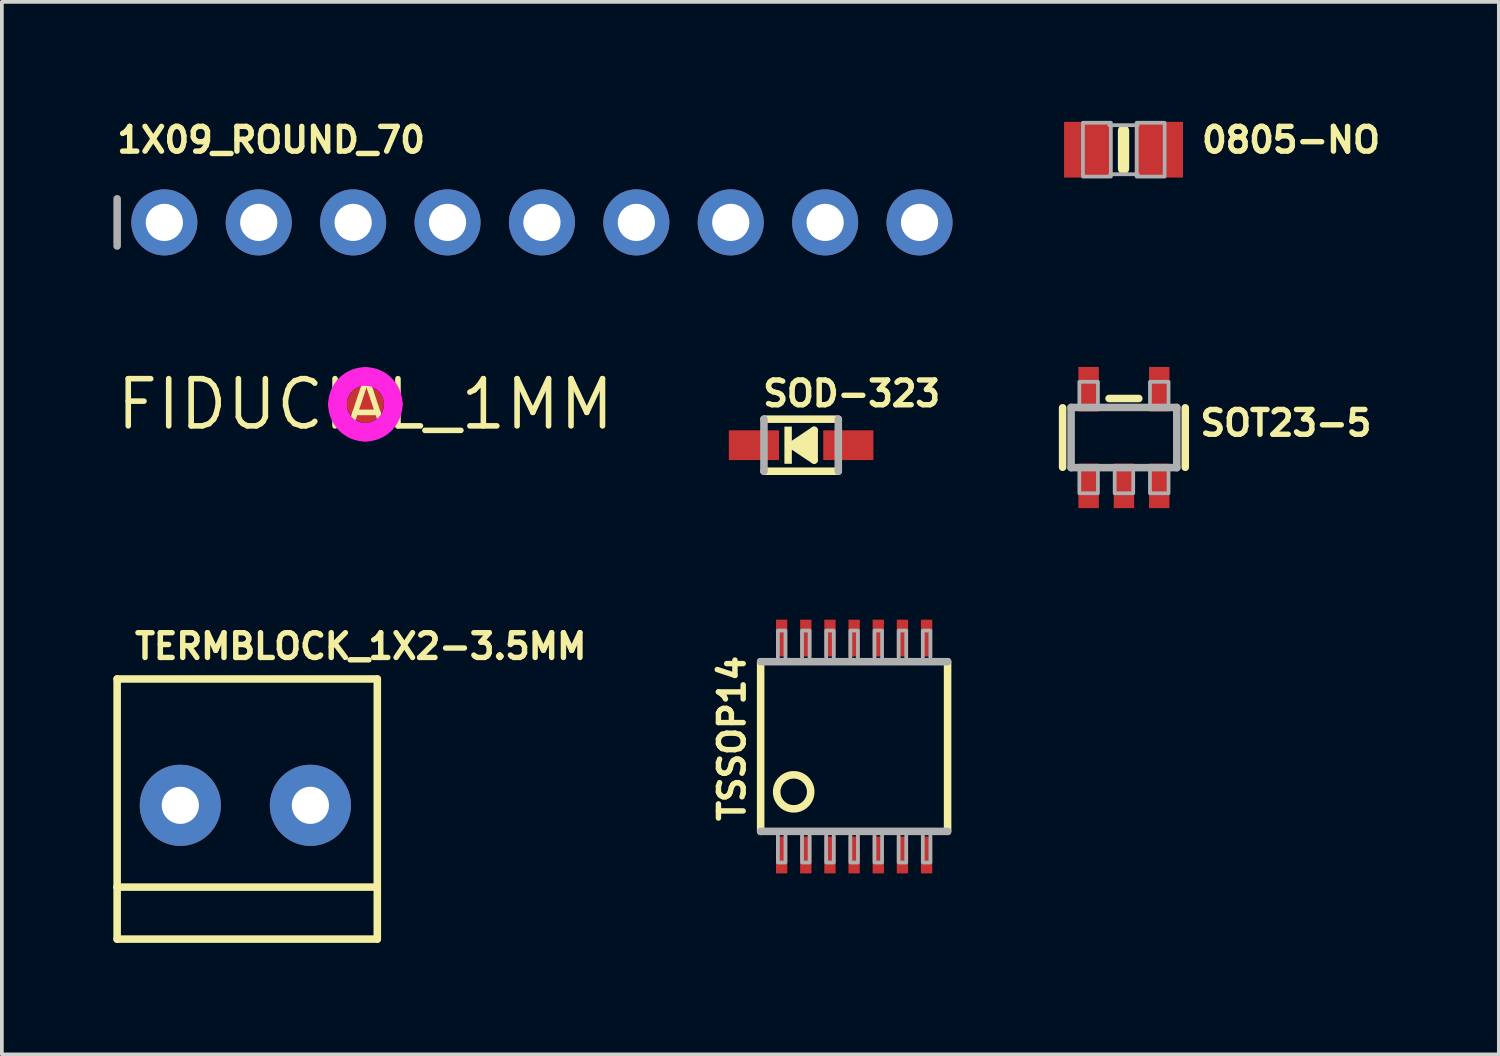
<source format=kicad_pcb>
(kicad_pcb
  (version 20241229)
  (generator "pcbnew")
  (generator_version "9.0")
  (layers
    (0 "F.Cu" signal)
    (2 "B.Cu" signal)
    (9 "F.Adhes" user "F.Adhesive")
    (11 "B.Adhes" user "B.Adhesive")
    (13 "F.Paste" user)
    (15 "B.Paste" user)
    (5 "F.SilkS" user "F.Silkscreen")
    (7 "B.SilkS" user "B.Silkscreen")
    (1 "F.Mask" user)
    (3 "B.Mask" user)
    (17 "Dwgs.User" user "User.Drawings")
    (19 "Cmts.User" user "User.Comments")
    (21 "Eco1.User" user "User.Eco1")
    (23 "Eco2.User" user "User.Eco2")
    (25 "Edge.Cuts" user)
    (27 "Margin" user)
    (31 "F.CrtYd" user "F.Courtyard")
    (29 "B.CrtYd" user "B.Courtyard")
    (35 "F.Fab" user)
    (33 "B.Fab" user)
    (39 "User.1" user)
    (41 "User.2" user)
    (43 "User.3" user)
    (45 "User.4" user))
  (footprint "SOT23-5"
    (layer "F.Cu")
    (at 27.192 8.723)
    (property "Reference" "SOT23-5" (at 1.978 0 0) (layer "F.SilkS") (effects (font (size 0.666 0.666) (thickness 0.146)) (justify left bottom)))
    (fp_line (start -1.65 -0.8) (end -1.65 0.8) (stroke (width 0.203) (type solid)) (layer "F.SilkS"))
    (fp_line (start -0.4 -1.05) (end 0.4 -1.05) (stroke (width 0.203) (type solid)) (layer "F.SilkS"))
    (fp_line (start 1.65 -0.8) (end 1.65 0.8) (stroke (width 0.203) (type solid)) (layer "F.SilkS"))
    (fp_line (start -1.422 -0.81) (end 1.422 -0.81) (stroke (width 0.203) (type solid)) (layer "F.Fab"))
    (fp_line (start -1.422 0.81) (end -1.422 -0.81) (stroke (width 0.203) (type solid)) (layer "F.Fab"))
    (fp_line (start 1.422 -0.81) (end 1.422 0.81) (stroke (width 0.203) (type solid)) (layer "F.Fab"))
    (fp_line (start 1.422 0.81) (end -1.422 0.81) (stroke (width 0.203) (type solid)) (layer "F.Fab"))
    (fp_poly (pts (xy -1.2 -0.85) (xy -0.7 -0.85) (xy -0.7 -1.5) (xy -1.2 -1.5)) (stroke (width 0.1) (type solid)) (fill no) (layer "F.Fab"))
    (fp_poly (pts (xy -1.2 1.5) (xy -0.7 1.5) (xy -0.7 0.85) (xy -1.2 0.85)) (stroke (width 0.1) (type solid)) (fill no) (layer "F.Fab"))
    (fp_poly (pts (xy -0.25 1.5) (xy 0.25 1.5) (xy 0.25 0.85) (xy -0.25 0.85)) (stroke (width 0.1) (type solid)) (fill no) (layer "F.Fab"))
    (fp_poly (pts (xy 0.7 -0.85) (xy 1.2 -0.85) (xy 1.2 -1.5) (xy 0.7 -1.5)) (stroke (width 0.1) (type solid)) (fill no) (layer "F.Fab"))
    (fp_poly (pts (xy 0.7 1.5) (xy 1.2 1.5) (xy 1.2 0.85) (xy 0.7 0.85)) (stroke (width 0.1) (type solid)) (fill no) (layer "F.Fab"))
    (pad "1" smd rect (at -0.95 1.3) (size 0.55 1.2) (layers "F.Cu" "F.Mask" "F.Paste"))
    (pad "2" smd rect (at 0 1.3) (size 0.55 1.2) (layers "F.Cu" "F.Mask" "F.Paste"))
    (pad "3" smd rect (at 0.95 1.3) (size 0.55 1.2) (layers "F.Cu" "F.Mask" "F.Paste"))
    (pad "4" smd rect (at 0.95 -1.3) (size 0.55 1.2) (layers "F.Cu" "F.Mask" "F.Paste"))
    (pad "5" smd rect (at -0.95 -1.3) (size 0.55 1.2) (layers "F.Cu" "F.Mask" "F.Paste")))
  (footprint "FIDUCIAL_1MM"
    (layer "F.Cu")
    (at 6.781 7.829)
    (property "Reference" "FIDUCIAL_1MM" (at 0 0 0) (layer "F.SilkS") (effects (font (size 1.27 1.27) (thickness 0.15))))
    (fp_arc (start -0.75 0) (mid -0.53033 -0.53033) (end 0 -0.75) (stroke (width 0.5) (type solid)) (layer "F.Mask"))
    (fp_arc (start 0 -0.75) (mid 0.53033 -0.53033) (end 0.75 0) (stroke (width 0.5) (type solid)) (layer "F.Mask"))
    (fp_arc (start 0 0.75) (mid -0.53033 0.53033) (end -0.75 0) (stroke (width 0.5) (type solid)) (layer "F.Mask"))
    (fp_arc (start 0.75 0) (mid 0.53033 0.53033) (end 0 0.75) (stroke (width 0.5) (type solid)) (layer "F.Mask"))
    (fp_arc (start -0.75 0) (mid -0.53033 -0.53033) (end 0 -0.75) (stroke (width 0.5) (type solid)) (layer "F.CrtYd"))
    (fp_arc (start 0 -0.75) (mid 0.53033 -0.53033) (end 0.75 0) (stroke (width 0.5) (type solid)) (layer "F.CrtYd"))
    (fp_arc (start 0 0.75) (mid -0.53033 0.53033) (end -0.75 0) (stroke (width 0.5) (type solid)) (layer "F.CrtYd"))
    (fp_arc (start 0.75 0) (mid 0.53033 0.53033) (end 0 0.75) (stroke (width 0.5) (type solid)) (layer "F.CrtYd"))
    (pad "1" smd roundrect (at 0 0) (size 1 1) (layers "F.Cu" "F.Mask") (roundrect_rratio 0.5)))
  (footprint "0805-NO"
    (layer "F.Cu")
    (at 27.181 0.978)
    (property "Reference" "0805-NO" (at 2.032 0.127 0) (layer "F.SilkS") (effects (font (size 0.666 0.666) (thickness 0.146)) (justify left bottom)))
    (fp_line (start 0 -0.508) (end 0 0.508) (stroke (width 0.305) (type solid)) (layer "F.SilkS"))
    (fp_line (start -0.381 -0.66) (end 0.381 -0.66) (stroke (width 0.102) (type solid)) (layer "F.Fab"))
    (fp_line (start -0.356 0.66) (end 0.381 0.66) (stroke (width 0.102) (type solid)) (layer "F.Fab"))
    (fp_poly (pts (xy -1.092 0.724) (xy -0.342 0.724) (xy -0.342 -0.726) (xy -1.092 -0.726)) (stroke (width 0.1) (type solid)) (fill no) (layer "F.Fab"))
    (fp_poly (pts (xy 0.356 0.724) (xy 1.106 0.724) (xy 1.106 -0.726) (xy 0.356 -0.726)) (stroke (width 0.1) (type solid)) (fill no) (layer "F.Fab"))
    (pad "1" smd rect (at -0.95 0) (size 1.3 1.5) (layers "F.Cu" "F.Mask" "F.Paste"))
    (pad "2" smd rect (at 0.95 0) (size 1.3 1.5) (layers "F.Cu" "F.Mask" "F.Paste")))
  (footprint "SOD-323"
    (layer "F.Cu")
    (at 18.506 8.929)
    (property "Reference" "SOD-323" (at -1.1 -1 0) (layer "F.SilkS") (effects (font (size 0.666 0.666) (thickness 0.146)) (justify left bottom)))
    (fp_line (start -1 -0.7) (end 1 -0.7) (stroke (width 0.203) (type solid)) (layer "F.SilkS"))
    (fp_line (start -0.25 0) (end 0.35 -0.4) (stroke (width 0.203) (type solid)) (layer "F.SilkS"))
    (fp_line (start 0.35 -0.4) (end 0.35 0.4) (stroke (width 0.203) (type solid)) (layer "F.SilkS"))
    (fp_line (start 0.35 0.4) (end -0.25 0) (stroke (width 0.203) (type solid)) (layer "F.SilkS"))
    (fp_line (start 1 0.7) (end -1 0.7) (stroke (width 0.203) (type solid)) (layer "F.SilkS"))
    (fp_poly (pts (xy 0.302 0.39) (xy -0.283 0) (xy 0.302 -0.39)) (stroke (width 0) (type solid)) (fill yes) (layer "F.SilkS"))
    (fp_poly (pts (xy -0.45 0.5) (xy -0.25 0.5) (xy -0.25 -0.5) (xy -0.45 -0.5)) (stroke (width 0) (type solid)) (fill yes) (layer "F.SilkS"))
    (fp_line (start -1 0.7) (end -1 -0.7) (stroke (width 0.203) (type solid)) (layer "F.Fab"))
    (fp_line (start 1 -0.7) (end 1 0.7) (stroke (width 0.203) (type solid)) (layer "F.Fab"))
    (pad "A" smd rect (at 1.27 0) (size 1.35 0.8) (layers "F.Cu" "F.Mask" "F.Paste"))
    (pad "C" smd rect (at -1.27 0) (size 1.35 0.8) (layers "F.Cu" "F.Mask" "F.Paste")))
  (footprint "TERMBLOCK_1X2-3.5MM"
    (layer "F.Cu")
    (at 3.502 18.619)
    (property "Reference" "TERMBLOCK_1X2-3.5MM" (at -3 -3.89 0) (layer "F.SilkS") (effects (font (size 0.666 0.666) (thickness 0.146)) (justify left bottom)))
    (fp_line (start -3.4 -3.4) (end -3.4 2.2) (stroke (width 0.203) (type solid)) (layer "F.SilkS"))
    (fp_line (start -3.4 2.2) (end -3.4 3.6) (stroke (width 0.203) (type solid)) (layer "F.SilkS"))
    (fp_line (start -3.4 2.2) (end 3.6 2.2) (stroke (width 0.203) (type solid)) (layer "F.SilkS"))
    (fp_line (start -3.4 3.6) (end 3.6 3.6) (stroke (width 0.203) (type solid)) (layer "F.SilkS"))
    (fp_line (start 3.6 -3.4) (end -3.4 -3.4) (stroke (width 0.203) (type solid)) (layer "F.SilkS"))
    (fp_line (start 3.6 2.2) (end 3.6 -3.4) (stroke (width 0.203) (type solid)) (layer "F.SilkS"))
    (fp_line (start 3.6 3.6) (end 3.6 2.2) (stroke (width 0.203) (type solid)) (layer "F.SilkS"))
    (pad "1" thru_hole circle (at 1.8 0) (size 2.184 2.184) (drill 1) (layers "*.Cu" "*.Mask"))
    (pad "2" thru_hole circle (at -1.7 0) (size 2.184 2.184) (drill 1) (layers "*.Cu" "*.Mask")))
  (footprint "TSSOP14"
    (layer "F.Cu")
    (at 19.932 17.037)
    (property "Reference" "TSSOP14" (at -2.896 2.083 90) (layer "F.SilkS") (effects (font (size 0.666 0.666) (thickness 0.146)) (justify left bottom)))
    (fp_line (start -2.515 2.283) (end -2.515 -2.283) (stroke (width 0.203) (type solid)) (layer "F.SilkS"))
    (fp_line (start 2.515 -2.283) (end 2.515 2.283) (stroke (width 0.203) (type solid)) (layer "F.SilkS"))
    (fp_circle (center -1.626 1.219) (end -1.168 1.219) (stroke (width 0.203) (type solid)) (fill no) (layer "F.SilkS"))
    (fp_line (start -2.515 2.283) (end 2.515 2.283) (stroke (width 0.203) (type solid)) (layer "F.Fab"))
    (fp_line (start 2.515 -2.283) (end -2.515 -2.283) (stroke (width 0.203) (type solid)) (layer "F.Fab"))
    (fp_poly (pts (xy -2.052 -2.283) (xy -1.848 -2.283) (xy -1.848 -3.121) (xy -2.052 -3.121)) (stroke (width 0.1) (type solid)) (fill no) (layer "F.Fab"))
    (fp_poly (pts (xy -2.052 3.121) (xy -1.848 3.121) (xy -1.848 2.283) (xy -2.052 2.283)) (stroke (width 0.1) (type solid)) (fill no) (layer "F.Fab"))
    (fp_poly (pts (xy -1.402 -2.283) (xy -1.198 -2.283) (xy -1.198 -3.121) (xy -1.402 -3.121)) (stroke (width 0.1) (type solid)) (fill no) (layer "F.Fab"))
    (fp_poly (pts (xy -1.402 3.121) (xy -1.198 3.121) (xy -1.198 2.283) (xy -1.402 2.283)) (stroke (width 0.1) (type solid)) (fill no) (layer "F.Fab"))
    (fp_poly (pts (xy -0.752 -2.283) (xy -0.548 -2.283) (xy -0.548 -3.121) (xy -0.752 -3.121)) (stroke (width 0.1) (type solid)) (fill no) (layer "F.Fab"))
    (fp_poly (pts (xy -0.752 3.121) (xy -0.548 3.121) (xy -0.548 2.283) (xy -0.752 2.283)) (stroke (width 0.1) (type solid)) (fill no) (layer "F.Fab"))
    (fp_poly (pts (xy -0.102 -2.283) (xy 0.102 -2.283) (xy 0.102 -3.121) (xy -0.102 -3.121)) (stroke (width 0.1) (type solid)) (fill no) (layer "F.Fab"))
    (fp_poly (pts (xy -0.102 3.121) (xy 0.102 3.121) (xy 0.102 2.283) (xy -0.102 2.283)) (stroke (width 0.1) (type solid)) (fill no) (layer "F.Fab"))
    (fp_poly (pts (xy 0.548 -2.283) (xy 0.752 -2.283) (xy 0.752 -3.121) (xy 0.548 -3.121)) (stroke (width 0.1) (type solid)) (fill no) (layer "F.Fab"))
    (fp_poly (pts (xy 0.548 3.121) (xy 0.752 3.121) (xy 0.752 2.283) (xy 0.548 2.283)) (stroke (width 0.1) (type solid)) (fill no) (layer "F.Fab"))
    (fp_poly (pts (xy 1.198 -2.283) (xy 1.402 -2.283) (xy 1.402 -3.121) (xy 1.198 -3.121)) (stroke (width 0.1) (type solid)) (fill no) (layer "F.Fab"))
    (fp_poly (pts (xy 1.198 3.121) (xy 1.402 3.121) (xy 1.402 2.283) (xy 1.198 2.283)) (stroke (width 0.1) (type solid)) (fill no) (layer "F.Fab"))
    (fp_poly (pts (xy 1.848 -2.283) (xy 2.052 -2.283) (xy 2.052 -3.121) (xy 1.848 -3.121)) (stroke (width 0.1) (type solid)) (fill no) (layer "F.Fab"))
    (fp_poly (pts (xy 1.848 3.121) (xy 2.052 3.121) (xy 2.052 2.283) (xy 1.848 2.283)) (stroke (width 0.1) (type solid)) (fill no) (layer "F.Fab"))
    (pad "1" smd rect (at -1.95 2.918) (size 0.305 0.991) (layers "F.Cu" "F.Mask" "F.Paste"))
    (pad "2" smd rect (at -1.3 2.918) (size 0.305 0.991) (layers "F.Cu" "F.Mask" "F.Paste"))
    (pad "3" smd rect (at -0.65 2.918) (size 0.305 0.991) (layers "F.Cu" "F.Mask" "F.Paste"))
    (pad "4" smd rect (at 0 2.918) (size 0.305 0.991) (layers "F.Cu" "F.Mask" "F.Paste"))
    (pad "5" smd rect (at 0.65 2.918) (size 0.305 0.991) (layers "F.Cu" "F.Mask" "F.Paste"))
    (pad "6" smd rect (at 1.3 2.918) (size 0.305 0.991) (layers "F.Cu" "F.Mask" "F.Paste"))
    (pad "7" smd rect (at 1.95 2.918) (size 0.305 0.991) (layers "F.Cu" "F.Mask" "F.Paste"))
    (pad "8" smd rect (at 1.95 -2.918) (size 0.305 0.991) (layers "F.Cu" "F.Mask" "F.Paste"))
    (pad "9" smd rect (at 1.3 -2.918) (size 0.305 0.991) (layers "F.Cu" "F.Mask" "F.Paste"))
    (pad "10" smd rect (at 0.65 -2.918) (size 0.305 0.991) (layers "F.Cu" "F.Mask" "F.Paste"))
    (pad "11" smd rect (at 0 -2.918) (size 0.305 0.991) (layers "F.Cu" "F.Mask" "F.Paste"))
    (pad "12" smd rect (at -0.65 -2.918) (size 0.305 0.991) (layers "F.Cu" "F.Mask" "F.Paste"))
    (pad "13" smd rect (at -1.3 -2.918) (size 0.305 0.991) (layers "F.Cu" "F.Mask" "F.Paste"))
    (pad "14" smd rect (at -1.95 -2.918) (size 0.305 0.991) (layers "F.Cu" "F.Mask" "F.Paste")))
  (footprint "1X09_ROUND_70"
    (layer "F.Cu")
    (at 11.532 2.934)
    (property "Reference" "1X09_ROUND_70" (at -11.506 -1.829 0) (layer "F.SilkS") (effects (font (size 0.666 0.666) (thickness 0.146)) (justify left bottom)))
    (fp_line (start -11.43 -0.635) (end -11.43 0.635) (stroke (width 0.203) (type solid)) (layer "F.Fab"))
    (fp_poly (pts (xy -10.414 0.254) (xy -9.906 0.254) (xy -9.906 -0.254) (xy -10.414 -0.254)) (stroke (width 0.1) (type solid)) (fill no) (layer "F.Fab"))
    (fp_poly (pts (xy -7.874 0.254) (xy -7.366 0.254) (xy -7.366 -0.254) (xy -7.874 -0.254)) (stroke (width 0.1) (type solid)) (fill no) (layer "F.Fab"))
    (fp_poly (pts (xy -5.334 0.254) (xy -4.826 0.254) (xy -4.826 -0.254) (xy -5.334 -0.254)) (stroke (width 0.1) (type solid)) (fill no) (layer "F.Fab"))
    (fp_poly (pts (xy -2.794 0.254) (xy -2.286 0.254) (xy -2.286 -0.254) (xy -2.794 -0.254)) (stroke (width 0.1) (type solid)) (fill no) (layer "F.Fab"))
    (fp_poly (pts (xy -0.254 0.254) (xy 0.254 0.254) (xy 0.254 -0.254) (xy -0.254 -0.254)) (stroke (width 0.1) (type solid)) (fill no) (layer "F.Fab"))
    (fp_poly (pts (xy 2.286 0.254) (xy 2.794 0.254) (xy 2.794 -0.254) (xy 2.286 -0.254)) (stroke (width 0.1) (type solid)) (fill no) (layer "F.Fab"))
    (fp_poly (pts (xy 4.826 0.254) (xy 5.334 0.254) (xy 5.334 -0.254) (xy 4.826 -0.254)) (stroke (width 0.1) (type solid)) (fill no) (layer "F.Fab"))
    (fp_poly (pts (xy 7.366 0.254) (xy 7.874 0.254) (xy 7.874 -0.254) (xy 7.366 -0.254)) (stroke (width 0.1) (type solid)) (fill no) (layer "F.Fab"))
    (fp_poly (pts (xy 9.906 0.254) (xy 10.414 0.254) (xy 10.414 -0.254) (xy 9.906 -0.254)) (stroke (width 0.1) (type solid)) (fill no) (layer "F.Fab"))
    (pad "1" thru_hole circle (at -10.16 0 90) (size 1.778 1.778) (drill 1) (layers "*.Cu" "*.Mask"))
    (pad "2" thru_hole circle (at -7.62 0 90) (size 1.778 1.778) (drill 1) (layers "*.Cu" "*.Mask"))
    (pad "3" thru_hole circle (at -5.08 0 90) (size 1.778 1.778) (drill 1) (layers "*.Cu" "*.Mask"))
    (pad "4" thru_hole circle (at -2.54 0 90) (size 1.778 1.778) (drill 1) (layers "*.Cu" "*.Mask"))
    (pad "5" thru_hole circle (at 0 0 90) (size 1.778 1.778) (drill 1) (layers "*.Cu" "*.Mask"))
    (pad "6" thru_hole circle (at 2.54 0 90) (size 1.778 1.778) (drill 1) (layers "*.Cu" "*.Mask"))
    (pad "7" thru_hole circle (at 5.08 0 90) (size 1.778 1.778) (drill 1) (layers "*.Cu" "*.Mask"))
    (pad "8" thru_hole circle (at 7.62 0 90) (size 1.778 1.778) (drill 1) (layers "*.Cu" "*.Mask"))
    (pad "9" thru_hole circle (at 10.16 0 90) (size 1.778 1.778) (drill 1) (layers "*.Cu" "*.Mask")))
  (gr_rect
    (start -3 -3)
    (end 37.279 25.32)
    (stroke (width 0.1) (type default))
    (fill no)
    (layer "Edge.Cuts")))
</source>
